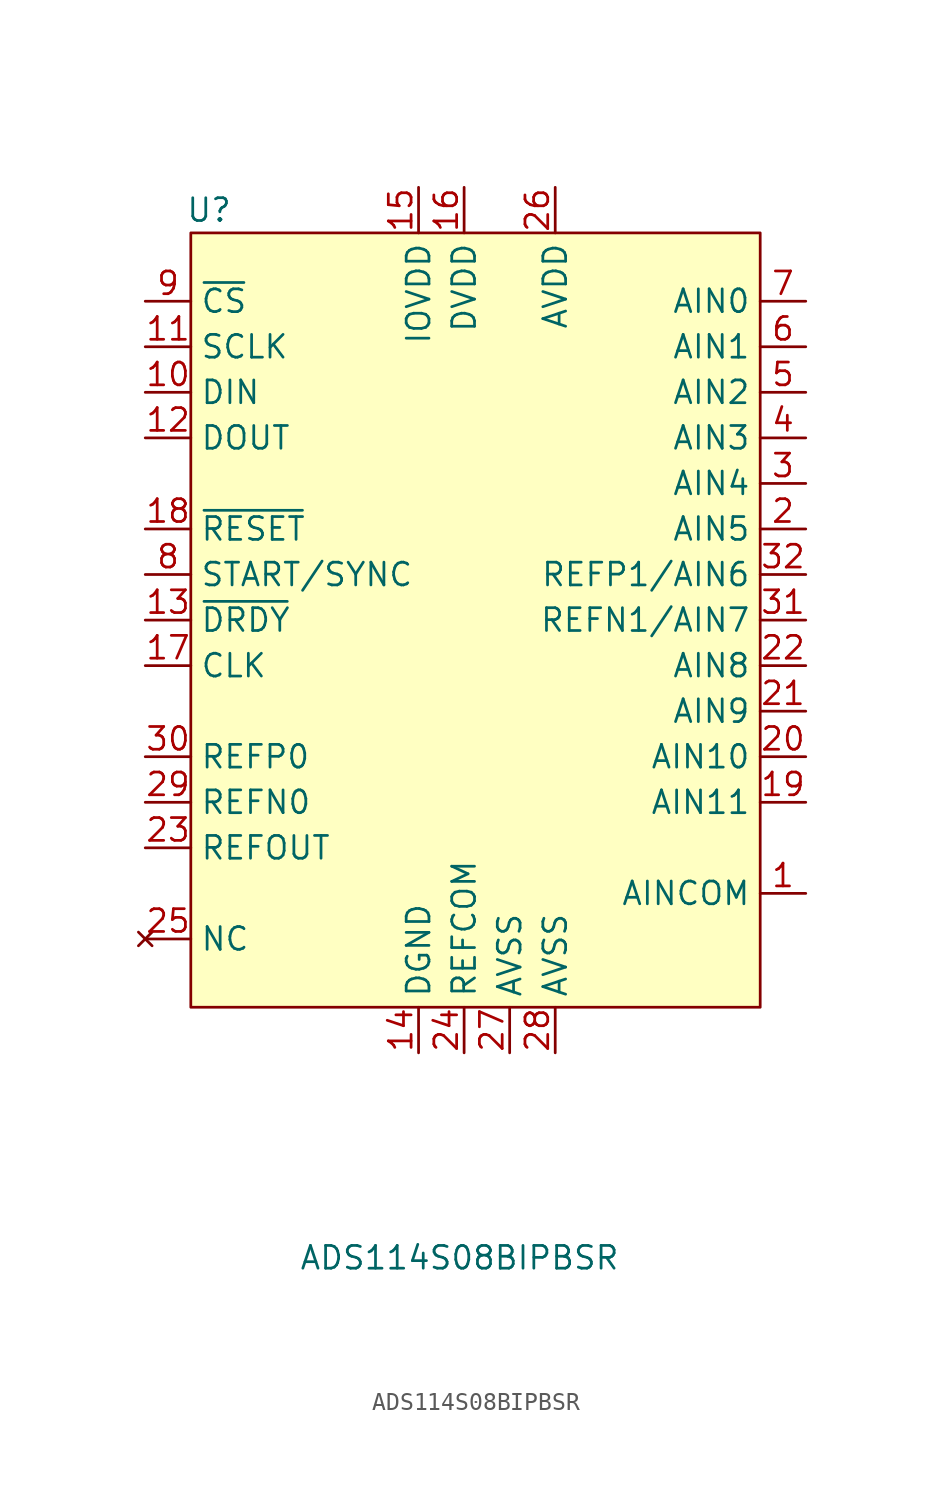
<source format=kicad_sym>
(kicad_symbol_lib
  (version 20241209)
  (generator "kicad_symbol_editor")
  (generator_version "9.0")
  (symbol "ADS114S08BIPBSR"
    (property "Reference" "U"
      (at 1.016 44.45 0)
      (effects (font (size 1.27 1.27))))
    (property "Value" "ADS114S08BIPBSR"
      (at 14.986 -13.97 0)
      (effects (font (size 1.27 1.27))))
    (symbol "ADS114S08BIPBSR_1_1"
      (rectangle (start 0 43.18) (end 31.75 0) (stroke (width 0) (type default)) (fill (type background)))
      (pin input line (at -2.54 39.37 0) (length 2.54) (name "~{CS}" (effects (font (size 1.27 1.27)))) (number "9" (effects (font (size 1.27 1.27)))))
      (pin input line (at -2.54 36.83 0) (length 2.54) (name "SCLK" (effects (font (size 1.27 1.27)))) (number "11" (effects (font (size 1.27 1.27)))))
      (pin input line (at -2.54 34.29 0) (length 2.54) (name "DIN" (effects (font (size 1.27 1.27)))) (number "10" (effects (font (size 1.27 1.27)))))
      (pin output line (at -2.54 31.75 0) (length 2.54) (name "DOUT" (effects (font (size 1.27 1.27)))) (number "12" (effects (font (size 1.27 1.27)))))
      (pin input line (at -2.54 26.67 0) (length 2.54) (name "~{RESET}" (effects (font (size 1.27 1.27)))) (number "18" (effects (font (size 1.27 1.27)))))
      (pin input line (at -2.54 24.13 0) (length 2.54) (name "START/SYNC" (effects (font (size 1.27 1.27)))) (number "8" (effects (font (size 1.27 1.27)))))
      (pin output line (at -2.54 21.59 0) (length 2.54) (name "~{DRDY}" (effects (font (size 1.27 1.27)))) (number "13" (effects (font (size 1.27 1.27)))))
      (pin input line (at -2.54 19.05 0) (length 2.54) (name "CLK" (effects (font (size 1.27 1.27)))) (number "17" (effects (font (size 1.27 1.27)))))
      (pin input line (at -2.54 13.97 0) (length 2.54) (name "REFP0" (effects (font (size 1.27 1.27)))) (number "30" (effects (font (size 1.27 1.27)))))
      (pin input line (at -2.54 11.43 0) (length 2.54) (name "REFN0" (effects (font (size 1.27 1.27)))) (number "29" (effects (font (size 1.27 1.27)))))
      (pin output line (at -2.54 8.89 0) (length 2.54) (name "REFOUT" (effects (font (size 1.27 1.27)))) (number "23" (effects (font (size 1.27 1.27)))))
      (pin no_connect line (at -2.54 3.81 0) (length 2.54) (name "NC" (effects (font (size 1.27 1.27)))) (number "25" (effects (font (size 1.27 1.27)))))
      (pin power_in line (at 12.7 45.72 270) (length 2.54) (name "IOVDD" (effects (font (size 1.27 1.27)))) (number "15" (effects (font (size 1.27 1.27)))))
      (pin power_in line (at 12.7 -2.54 90) (length 2.54) (name "DGND" (effects (font (size 1.27 1.27)))) (number "14" (effects (font (size 1.27 1.27)))))
      (pin power_in line (at 15.24 45.72 270) (length 2.54) (name "DVDD" (effects (font (size 1.27 1.27)))) (number "16" (effects (font (size 1.27 1.27)))))
      (pin power_in line (at 15.24 -2.54 90) (length 2.54) (name "REFCOM" (effects (font (size 1.27 1.27)))) (number "24" (effects (font (size 1.27 1.27)))))
      (pin power_in line (at 17.78 -2.54 90) (length 2.54) (name "AVSS" (effects (font (size 1.27 1.27)))) (number "27" (effects (font (size 1.27 1.27)))))
      (pin power_in line (at 20.32 45.72 270) (length 2.54) (name "AVDD" (effects (font (size 1.27 1.27)))) (number "26" (effects (font (size 1.27 1.27)))))
      (pin power_in line (at 20.32 -2.54 90) (length 2.54) (name "AVSS" (effects (font (size 1.27 1.27)))) (number "28" (effects (font (size 1.27 1.27)))))
      (pin input line (at 34.29 39.37 180) (length 2.54) (name "AIN0" (effects (font (size 1.27 1.27)))) (number "7" (effects (font (size 1.27 1.27)))))
      (pin input line (at 34.29 36.83 180) (length 2.54) (name "AIN1" (effects (font (size 1.27 1.27)))) (number "6" (effects (font (size 1.27 1.27)))))
      (pin input line (at 34.29 34.29 180) (length 2.54) (name "AIN2" (effects (font (size 1.27 1.27)))) (number "5" (effects (font (size 1.27 1.27)))))
      (pin input line (at 34.29 31.75 180) (length 2.54) (name "AIN3" (effects (font (size 1.27 1.27)))) (number "4" (effects (font (size 1.27 1.27)))))
      (pin input line (at 34.29 29.21 180) (length 2.54) (name "AIN4" (effects (font (size 1.27 1.27)))) (number "3" (effects (font (size 1.27 1.27)))))
      (pin input line (at 34.29 26.67 180) (length 2.54) (name "AIN5" (effects (font (size 1.27 1.27)))) (number "2" (effects (font (size 1.27 1.27)))))
      (pin bidirectional line (at 34.29 24.13 180) (length 2.54) (name "REFP1/AIN6" (effects (font (size 1.27 1.27)))) (number "32" (effects (font (size 1.27 1.27)))))
      (pin bidirectional line (at 34.29 21.59 180) (length 2.54) (name "REFN1/AIN7" (effects (font (size 1.27 1.27)))) (number "31" (effects (font (size 1.27 1.27)))))
      (pin input line (at 34.29 19.05 180) (length 2.54) (name "AIN8" (effects (font (size 1.27 1.27)))) (number "22" (effects (font (size 1.27 1.27)))))
      (pin input line (at 34.29 16.51 180) (length 2.54) (name "AIN9" (effects (font (size 1.27 1.27)))) (number "21" (effects (font (size 1.27 1.27)))))
      (pin input line (at 34.29 13.97 180) (length 2.54) (name "AIN10" (effects (font (size 1.27 1.27)))) (number "20" (effects (font (size 1.27 1.27)))))
      (pin input line (at 34.29 11.43 180) (length 2.54) (name "AIN11" (effects (font (size 1.27 1.27)))) (number "19" (effects (font (size 1.27 1.27)))))
      (pin input line (at 34.29 6.35 180) (length 2.54) (name "AINCOM" (effects (font (size 1.27 1.27)))) (number "1" (effects (font (size 1.27 1.27))))))))
</source>
